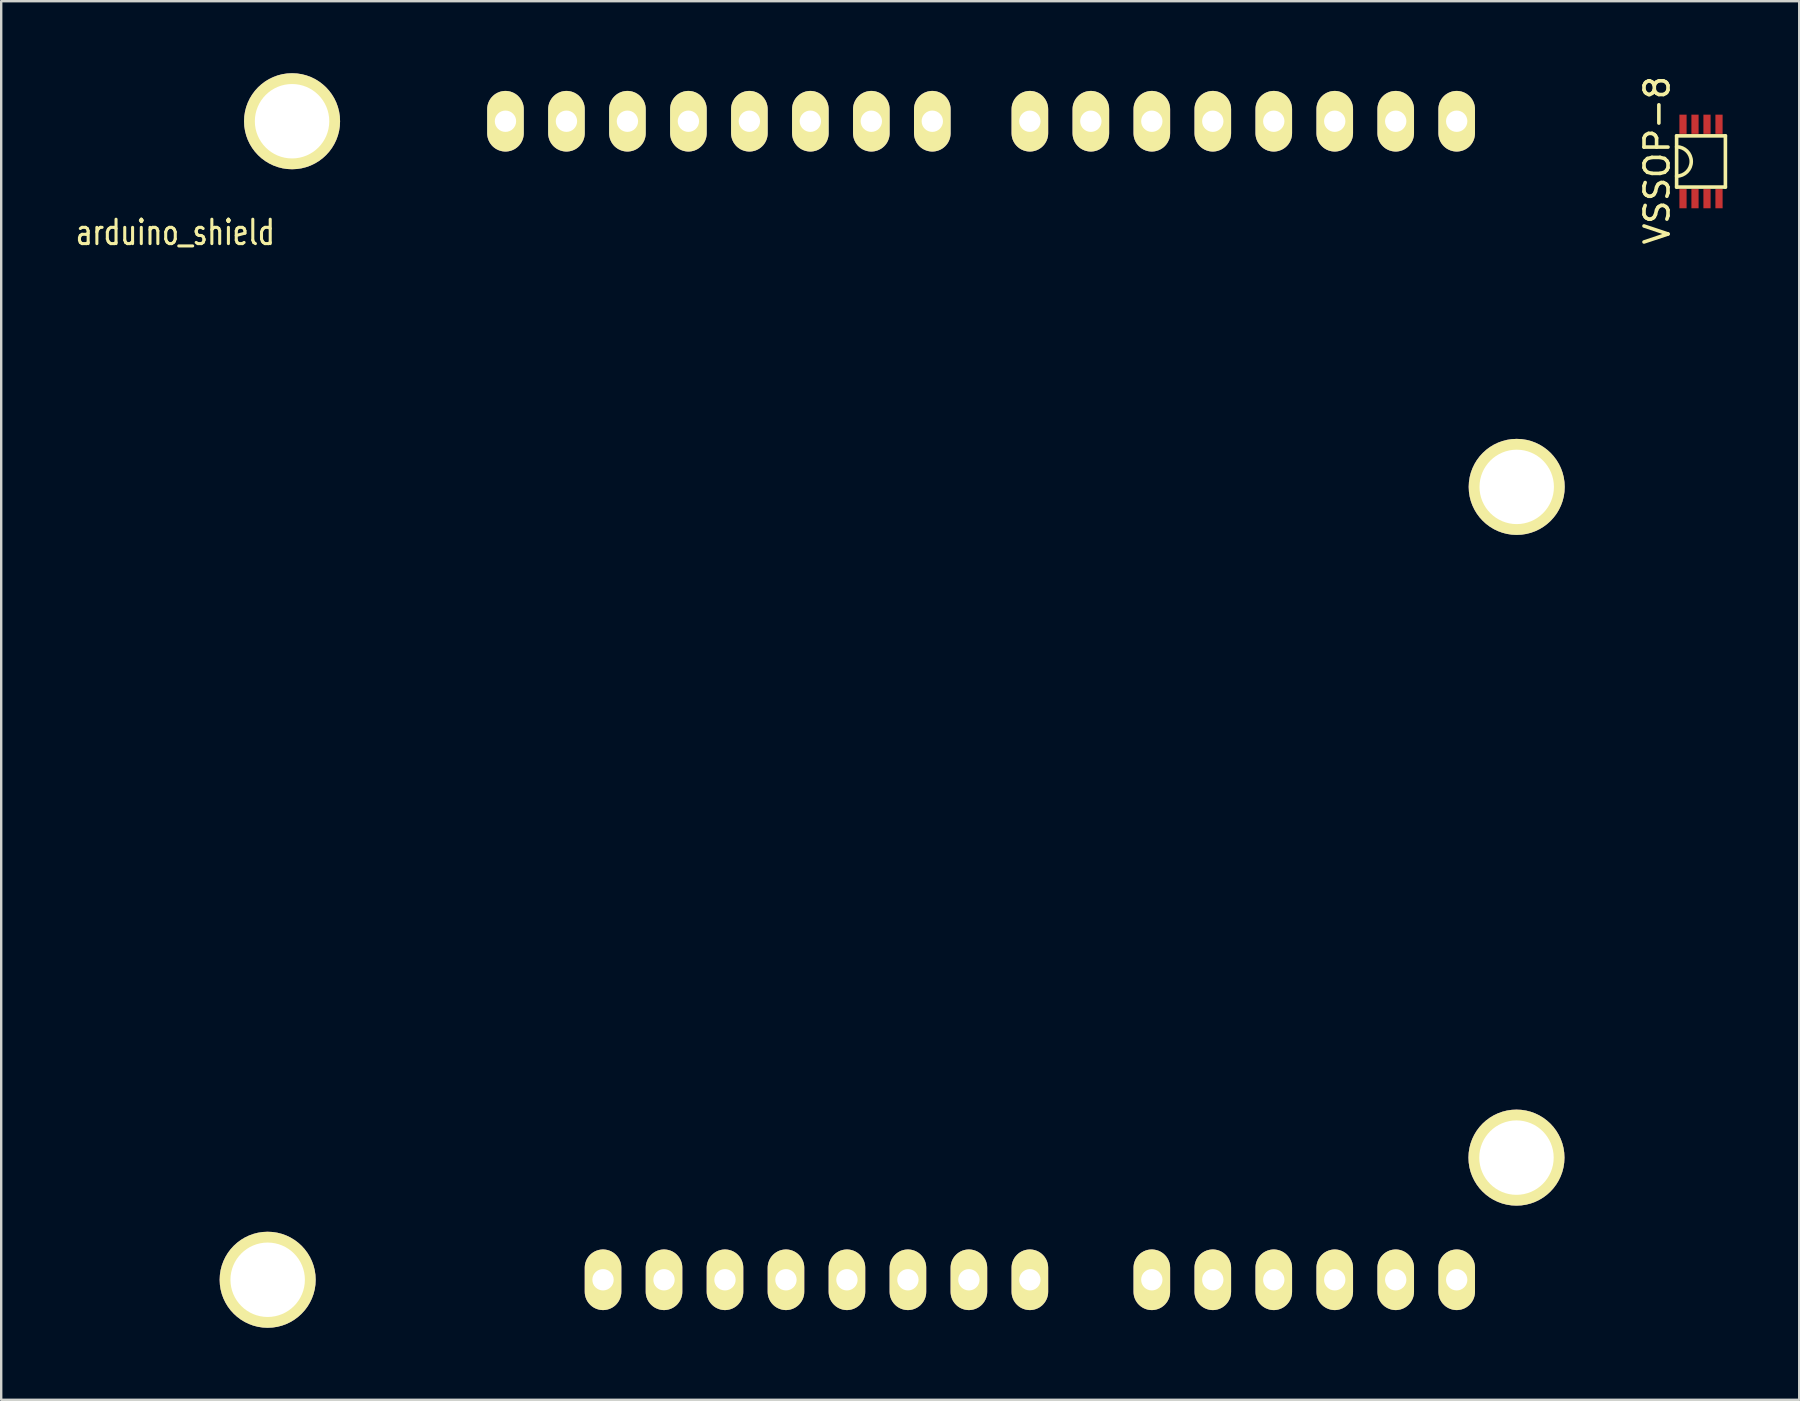
<source format=kicad_pcb>
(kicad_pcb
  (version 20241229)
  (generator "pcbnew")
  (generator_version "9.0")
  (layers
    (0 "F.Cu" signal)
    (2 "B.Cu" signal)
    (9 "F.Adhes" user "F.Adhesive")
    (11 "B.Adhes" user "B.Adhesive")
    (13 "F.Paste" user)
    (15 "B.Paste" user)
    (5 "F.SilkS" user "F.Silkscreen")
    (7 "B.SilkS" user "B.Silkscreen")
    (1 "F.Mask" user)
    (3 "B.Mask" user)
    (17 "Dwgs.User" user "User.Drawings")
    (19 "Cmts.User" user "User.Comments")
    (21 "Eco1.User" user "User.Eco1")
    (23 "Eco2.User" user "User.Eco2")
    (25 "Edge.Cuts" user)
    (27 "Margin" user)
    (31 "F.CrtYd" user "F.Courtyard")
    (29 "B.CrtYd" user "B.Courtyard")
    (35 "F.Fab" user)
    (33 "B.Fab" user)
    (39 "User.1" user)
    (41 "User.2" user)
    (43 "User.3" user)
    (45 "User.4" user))
  (footprint "arduino_shield"
    (layer "F.Cu")
    (at 35.62 24.922)
    (property "Reference" "arduino_shield" (at -31.369 -18.288 0) (layer "F.SilkS") (effects (font (size 1.016 0.762) (thickness 0.127))))
    (attr through_hole)
    (pad "1" thru_hole oval (at -13.55 25.338) (size 1.524 2.524) (drill 0.889) (layers "*.Cu" "*.Mask" "F.SilkS"))
    (pad "2" thru_hole oval (at -11.01 25.338) (size 1.524 2.524) (drill 0.889) (layers "*.Cu" "*.Mask" "F.SilkS"))
    (pad "3" thru_hole oval (at -8.47 25.338) (size 1.524 2.524) (drill 0.889) (layers "*.Cu" "*.Mask" "F.SilkS"))
    (pad "4" thru_hole oval (at -5.93 25.338) (size 1.524 2.524) (drill 0.889) (layers "*.Cu" "*.Mask" "F.SilkS"))
    (pad "5" thru_hole oval (at -3.39 25.338) (size 1.524 2.524) (drill 0.889) (layers "*.Cu" "*.Mask" "F.SilkS"))
    (pad "6" thru_hole oval (at -0.85 25.338) (size 1.524 2.524) (drill 0.889) (layers "*.Cu" "*.Mask" "F.SilkS"))
    (pad "7" thru_hole oval (at 1.69 25.338) (size 1.524 2.524) (drill 0.889) (layers "*.Cu" "*.Mask" "F.SilkS"))
    (pad "8" thru_hole oval (at 4.23 25.338) (size 1.524 2.524) (drill 0.889) (layers "*.Cu" "*.Mask" "F.SilkS"))
    (pad "9" thru_hole oval (at 9.31 25.338) (size 1.524 2.524) (drill 0.889) (layers "*.Cu" "*.Mask" "F.SilkS"))
    (pad "10" thru_hole oval (at 11.85 25.338) (size 1.524 2.524) (drill 0.889) (layers "*.Cu" "*.Mask" "F.SilkS"))
    (pad "11" thru_hole oval (at 14.39 25.338) (size 1.524 2.524) (drill 0.889) (layers "*.Cu" "*.Mask" "F.SilkS"))
    (pad "12" thru_hole oval (at 16.93 25.338) (size 1.524 2.524) (drill 0.889) (layers "*.Cu" "*.Mask" "F.SilkS"))
    (pad "13" thru_hole oval (at 19.47 25.338) (size 1.524 2.524) (drill 0.889) (layers "*.Cu" "*.Mask" "F.SilkS"))
    (pad "14" thru_hole oval (at 22.01 25.338) (size 1.524 2.524) (drill 0.889) (layers "*.Cu" "*.Mask" "F.SilkS"))
    (pad "15" thru_hole oval (at 22.01 -22.922) (size 1.524 2.524) (drill 0.889) (layers "*.Cu" "*.Mask" "F.SilkS"))
    (pad "16" thru_hole oval (at 19.47 -22.922) (size 1.524 2.524) (drill 0.889) (layers "*.Cu" "*.Mask" "F.SilkS"))
    (pad "17" thru_hole oval (at 16.93 -22.922) (size 1.524 2.524) (drill 0.889) (layers "*.Cu" "*.Mask" "F.SilkS"))
    (pad "18" thru_hole oval (at 14.39 -22.922) (size 1.524 2.524) (drill 0.889) (layers "*.Cu" "*.Mask" "F.SilkS"))
    (pad "19" thru_hole oval (at 11.85 -22.922) (size 1.524 2.524) (drill 0.889) (layers "*.Cu" "*.Mask" "F.SilkS"))
    (pad "20" thru_hole oval (at 9.31 -22.922) (size 1.524 2.524) (drill 0.889) (layers "*.Cu" "*.Mask" "F.SilkS"))
    (pad "21" thru_hole oval (at 6.77 -22.922) (size 1.524 2.524) (drill 0.889) (layers "*.Cu" "*.Mask" "F.SilkS"))
    (pad "22" thru_hole oval (at 4.23 -22.922) (size 1.524 2.524) (drill 0.889) (layers "*.Cu" "*.Mask" "F.SilkS"))
    (pad "23" thru_hole oval (at 0.166 -22.922) (size 1.524 2.524) (drill 0.889) (layers "*.Cu" "*.Mask" "F.SilkS"))
    (pad "24" thru_hole oval (at -2.374 -22.922) (size 1.524 2.524) (drill 0.889) (layers "*.Cu" "*.Mask" "F.SilkS"))
    (pad "25" thru_hole oval (at -4.914 -22.922) (size 1.524 2.524) (drill 0.889) (layers "*.Cu" "*.Mask" "F.SilkS"))
    (pad "26" thru_hole oval (at -7.454 -22.922) (size 1.524 2.524) (drill 0.889) (layers "*.Cu" "*.Mask" "F.SilkS"))
    (pad "27" thru_hole oval (at -9.994 -22.922) (size 1.524 2.524) (drill 0.889) (layers "*.Cu" "*.Mask" "F.SilkS"))
    (pad "28" thru_hole oval (at -12.534 -22.922) (size 1.524 2.524) (drill 0.889) (layers "*.Cu" "*.Mask" "F.SilkS"))
    (pad "29" thru_hole oval (at -15.074 -22.922) (size 1.524 2.524) (drill 0.889) (layers "*.Cu" "*.Mask" "F.SilkS"))
    (pad "30" thru_hole oval (at -17.614 -22.922) (size 1.524 2.524) (drill 0.889) (layers "*.Cu" "*.Mask" "F.SilkS"))
    (pad "33" thru_hole circle (at -26.504 -22.922) (size 4 4) (drill 3.1) (layers "*.Cu" "*.Mask" "F.SilkS"))
    (pad "34" thru_hole circle (at -27.52 25.338) (size 4 4) (drill 3.1) (layers "*.Cu" "*.Mask" "F.SilkS"))
    (pad "35" thru_hole circle (at 24.5 20.25) (size 4 4) (drill 3.1) (layers "*.Cu" "*.Mask" "F.SilkS"))
    (pad "36" thru_hole circle (at 24.51 -7.69) (size 4 4) (drill 3.1) (layers "*.Cu" "*.Mask" "F.SilkS")))
  (footprint "VSSOP-8"
    (layer "F.Cu")
    (at 67.807 3.676)
    (property "Reference" "VSSOP-8" (at -1.829 -0.051 90) (layer "F.SilkS") (effects (font (size 1 1) (thickness 0.15))))
    (attr through_hole)
    (fp_line (start -1.016 -1.067) (end -1.016 1.067) (stroke (width 0.15) (type solid)) (layer "F.SilkS"))
    (fp_line (start -1.016 1.067) (end 1.016 1.067) (stroke (width 0.15) (type solid)) (layer "F.SilkS"))
    (fp_line (start 1.016 -1.067) (end -1.016 -1.067) (stroke (width 0.15) (type solid)) (layer "F.SilkS"))
    (fp_line (start 1.016 1.067) (end 1.016 -1.067) (stroke (width 0.15) (type solid)) (layer "F.SilkS"))
    (fp_arc (start -1.016 -0.6096) (mid -0.4064 0) (end -1.016 0.6096) (stroke (width 0.15) (type solid)) (layer "F.SilkS"))
    (pad "1" smd rect (at -0.75 1.55) (size 0.3 0.8) (layers "F.Cu" "F.Mask" "F.Paste"))
    (pad "2" smd rect (at -0.25 1.55) (size 0.3 0.8) (layers "F.Cu" "F.Mask" "F.Paste"))
    (pad "3" smd rect (at 0.25 1.55) (size 0.3 0.8) (layers "F.Cu" "F.Mask" "F.Paste"))
    (pad "4" smd rect (at 0.75 1.55) (size 0.3 0.8) (layers "F.Cu" "F.Mask" "F.Paste"))
    (pad "5" smd rect (at 0.75 -1.55) (size 0.3 0.8) (layers "F.Cu" "F.Mask" "F.Paste"))
    (pad "6" smd rect (at 0.25 -1.55) (size 0.3 0.8) (layers "F.Cu" "F.Mask" "F.Paste"))
    (pad "7" smd rect (at -0.25 -1.55) (size 0.3 0.8) (layers "F.Cu" "F.Mask" "F.Paste"))
    (pad "8" smd rect (at -0.75 -1.55) (size 0.3 0.8) (layers "F.Cu" "F.Mask" "F.Paste")))
  (gr_rect
    (start -3 -3)
    (end 71.898 55.26)
    (stroke (width 0.1) (type default))
    (fill no)
    (layer "Edge.Cuts")))
</source>
